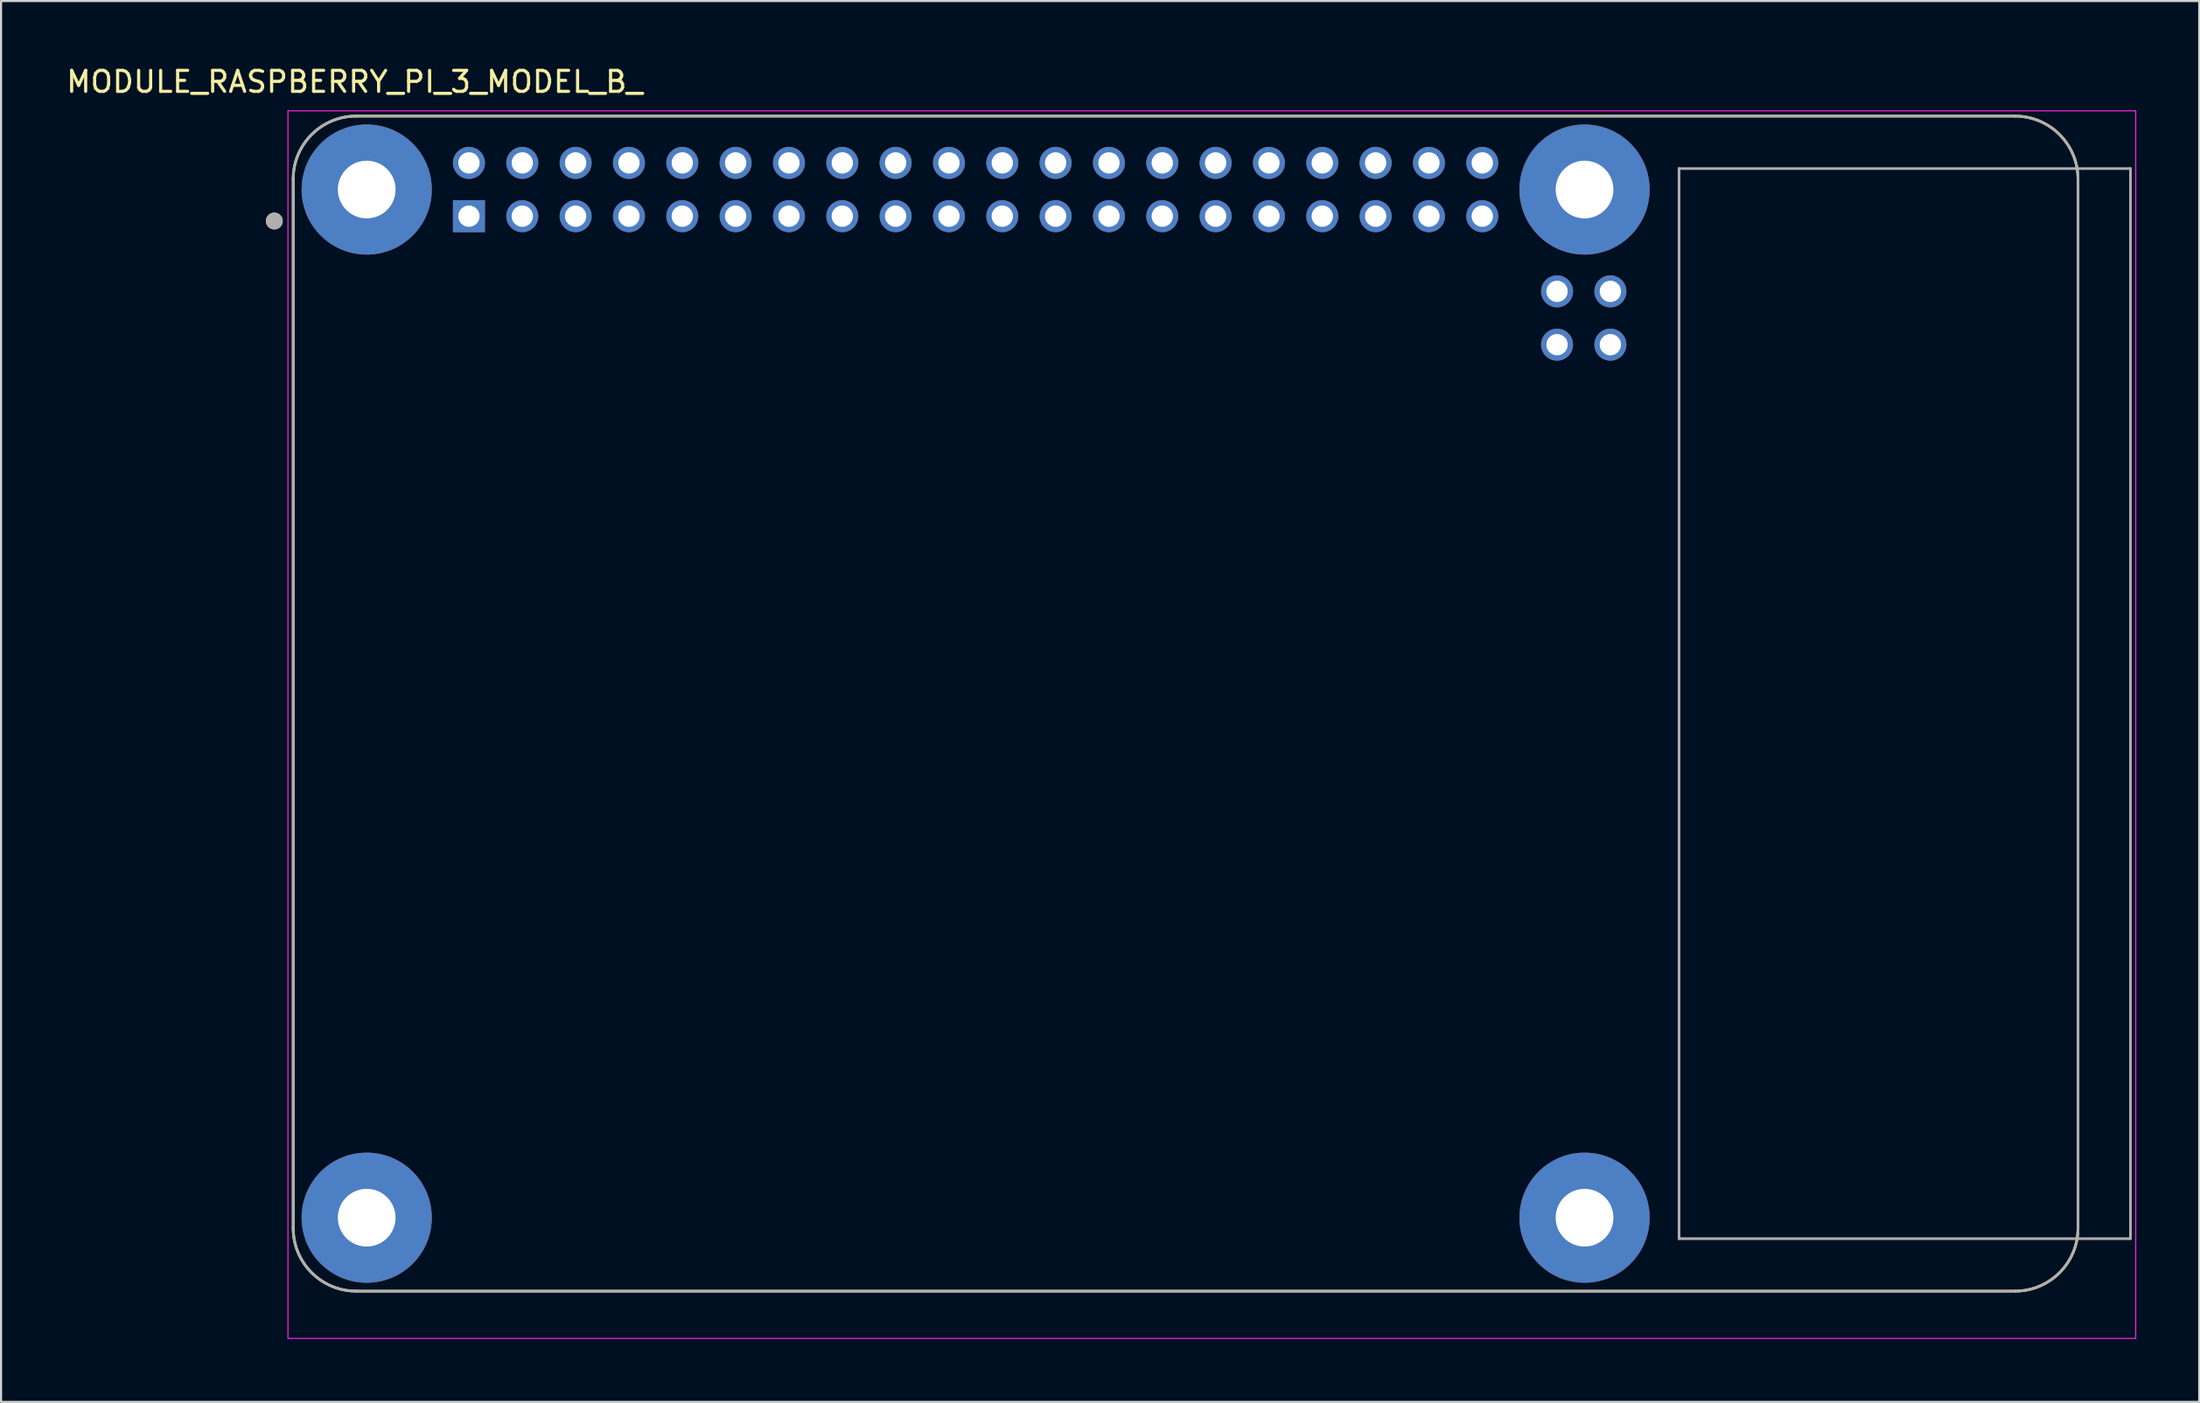
<source format=kicad_pcb>
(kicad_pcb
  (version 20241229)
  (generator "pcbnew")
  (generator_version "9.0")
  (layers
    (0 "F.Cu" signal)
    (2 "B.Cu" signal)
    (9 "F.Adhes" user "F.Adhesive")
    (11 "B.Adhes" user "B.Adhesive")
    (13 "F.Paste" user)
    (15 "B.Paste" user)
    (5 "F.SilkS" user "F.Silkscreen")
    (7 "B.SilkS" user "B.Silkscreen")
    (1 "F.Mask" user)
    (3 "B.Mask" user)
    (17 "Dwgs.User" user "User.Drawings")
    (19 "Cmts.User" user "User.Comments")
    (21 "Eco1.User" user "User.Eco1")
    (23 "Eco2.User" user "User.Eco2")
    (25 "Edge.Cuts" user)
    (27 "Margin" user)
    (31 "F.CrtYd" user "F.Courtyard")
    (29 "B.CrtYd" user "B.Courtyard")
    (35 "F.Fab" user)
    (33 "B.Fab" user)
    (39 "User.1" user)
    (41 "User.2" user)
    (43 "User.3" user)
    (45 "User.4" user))
  (footprint "MODULE_RASPBERRY_PI_3_MODEL_B_"
    (layer "F.Cu")
    (at 53.414 30.483)
    (property "Reference" "MODULE_RASPBERRY_PI_3_MODEL_B_" (at -39.575 -29.635 0) (layer "F.SilkS") (effects (font (size 1 1) (thickness 0.15))))
    (attr through_hole)
    (fp_line (start -42.5 -25) (end -42.5 25) (stroke (width 0.127) (type solid)) (layer "F.SilkS"))
    (fp_line (start -39.5 28) (end 39.5 28) (stroke (width 0.127) (type solid)) (layer "F.SilkS"))
    (fp_line (start 39.5 -28) (end -39.5 -28) (stroke (width 0.127) (type solid)) (layer "F.SilkS"))
    (fp_line (start 42.5 25) (end 42.5 -25) (stroke (width 0.127) (type solid)) (layer "F.SilkS"))
    (fp_arc (start -42.5 -25) (mid -41.62132 -27.12132) (end -39.5 -28) (stroke (width 0.127) (type solid)) (layer "F.SilkS"))
    (fp_arc (start -39.5 28) (mid -41.62132 27.12132) (end -42.5 25) (stroke (width 0.127) (type solid)) (layer "F.SilkS"))
    (fp_arc (start 39.5 -28) (mid 41.62132 -27.12132) (end 42.5 -25) (stroke (width 0.127) (type solid)) (layer "F.SilkS"))
    (fp_arc (start 42.5 25) (mid 41.62132 27.12132) (end 39.5 28) (stroke (width 0.127) (type solid)) (layer "F.SilkS"))
    (fp_circle (center -43.4 -23) (end -43.2 -23) (stroke (width 0.4) (type solid)) (fill no) (layer "F.SilkS"))
    (fp_line (start -42.75 -28.25) (end 45.25 -28.25) (stroke (width 0.05) (type solid)) (layer "F.CrtYd"))
    (fp_line (start -42.75 30.255) (end -42.75 -28.25) (stroke (width 0.05) (type solid)) (layer "F.CrtYd"))
    (fp_line (start 45.25 -28.25) (end 45.25 30.255) (stroke (width 0.05) (type solid)) (layer "F.CrtYd"))
    (fp_line (start 45.25 30.255) (end -42.75 30.255) (stroke (width 0.05) (type solid)) (layer "F.CrtYd"))
    (fp_line (start -42.5 -25) (end -42.5 25) (stroke (width 0.127) (type solid)) (layer "F.Fab"))
    (fp_line (start -39.5 28) (end 39.5 28) (stroke (width 0.127) (type solid)) (layer "F.Fab"))
    (fp_line (start 23.5 -25.5) (end 23.5 25.5) (stroke (width 0.127) (type solid)) (layer "F.Fab"))
    (fp_line (start 23.5 25.5) (end 45 25.5) (stroke (width 0.127) (type solid)) (layer "F.Fab"))
    (fp_line (start 39.5 -28) (end -39.5 -28) (stroke (width 0.127) (type solid)) (layer "F.Fab"))
    (fp_line (start 42.5 25) (end 42.5 -25) (stroke (width 0.127) (type solid)) (layer "F.Fab"))
    (fp_line (start 45 -25.5) (end 23.5 -25.5) (stroke (width 0.127) (type solid)) (layer "F.Fab"))
    (fp_line (start 45 25.5) (end 45 -25.5) (stroke (width 0.127) (type solid)) (layer "F.Fab"))
    (fp_arc (start -42.5 -25) (mid -41.62132 -27.12132) (end -39.5 -28) (stroke (width 0.127) (type solid)) (layer "F.Fab"))
    (fp_arc (start -39.5 28) (mid -41.62132 27.12132) (end -42.5 25) (stroke (width 0.127) (type solid)) (layer "F.Fab"))
    (fp_arc (start 39.5 -28) (mid 41.62132 -27.12132) (end 42.5 -25) (stroke (width 0.127) (type solid)) (layer "F.Fab"))
    (fp_arc (start 42.5 25) (mid 41.62132 27.12132) (end 39.5 28) (stroke (width 0.127) (type solid)) (layer "F.Fab"))
    (fp_circle (center -43.4 -23) (end -43.2 -23) (stroke (width 0.4) (type solid)) (fill no) (layer "F.Fab"))
    (pad "1" thru_hole rect (at -34.13 -23.23) (size 1.524 1.524) (drill 1.016) (layers "*.Cu" "*.Mask"))
    (pad "2" thru_hole circle (at -34.13 -25.77) (size 1.524 1.524) (drill 1.016) (layers "*.Cu" "*.Mask"))
    (pad "3" thru_hole circle (at -31.59 -23.23) (size 1.524 1.524) (drill 1.016) (layers "*.Cu" "*.Mask"))
    (pad "4" thru_hole circle (at -31.59 -25.77) (size 1.524 1.524) (drill 1.016) (layers "*.Cu" "*.Mask"))
    (pad "5" thru_hole circle (at -29.05 -23.23) (size 1.524 1.524) (drill 1.016) (layers "*.Cu" "*.Mask"))
    (pad "6" thru_hole circle (at -29.05 -25.77) (size 1.524 1.524) (drill 1.016) (layers "*.Cu" "*.Mask"))
    (pad "7" thru_hole circle (at -26.51 -23.23) (size 1.524 1.524) (drill 1.016) (layers "*.Cu" "*.Mask"))
    (pad "8" thru_hole circle (at -26.51 -25.77) (size 1.524 1.524) (drill 1.016) (layers "*.Cu" "*.Mask"))
    (pad "9" thru_hole circle (at -23.97 -23.23) (size 1.524 1.524) (drill 1.016) (layers "*.Cu" "*.Mask"))
    (pad "10" thru_hole circle (at -23.97 -25.77) (size 1.524 1.524) (drill 1.016) (layers "*.Cu" "*.Mask"))
    (pad "11" thru_hole circle (at -21.43 -23.23) (size 1.524 1.524) (drill 1.016) (layers "*.Cu" "*.Mask"))
    (pad "12" thru_hole circle (at -21.43 -25.77) (size 1.524 1.524) (drill 1.016) (layers "*.Cu" "*.Mask"))
    (pad "13" thru_hole circle (at -18.89 -23.23) (size 1.524 1.524) (drill 1.016) (layers "*.Cu" "*.Mask"))
    (pad "14" thru_hole circle (at -18.89 -25.77) (size 1.524 1.524) (drill 1.016) (layers "*.Cu" "*.Mask"))
    (pad "15" thru_hole circle (at -16.35 -23.23) (size 1.524 1.524) (drill 1.016) (layers "*.Cu" "*.Mask"))
    (pad "16" thru_hole circle (at -16.35 -25.77) (size 1.524 1.524) (drill 1.016) (layers "*.Cu" "*.Mask"))
    (pad "17" thru_hole circle (at -13.81 -23.23) (size 1.524 1.524) (drill 1.016) (layers "*.Cu" "*.Mask"))
    (pad "18" thru_hole circle (at -13.81 -25.77) (size 1.524 1.524) (drill 1.016) (layers "*.Cu" "*.Mask"))
    (pad "19" thru_hole circle (at -11.27 -23.23) (size 1.524 1.524) (drill 1.016) (layers "*.Cu" "*.Mask"))
    (pad "20" thru_hole circle (at -11.27 -25.77) (size 1.524 1.524) (drill 1.016) (layers "*.Cu" "*.Mask"))
    (pad "21" thru_hole circle (at -8.73 -23.23) (size 1.524 1.524) (drill 1.016) (layers "*.Cu" "*.Mask"))
    (pad "22" thru_hole circle (at -8.73 -25.77) (size 1.524 1.524) (drill 1.016) (layers "*.Cu" "*.Mask"))
    (pad "23" thru_hole circle (at -6.19 -23.23) (size 1.524 1.524) (drill 1.016) (layers "*.Cu" "*.Mask"))
    (pad "24" thru_hole circle (at -6.19 -25.77) (size 1.524 1.524) (drill 1.016) (layers "*.Cu" "*.Mask"))
    (pad "25" thru_hole circle (at -3.65 -23.23) (size 1.524 1.524) (drill 1.016) (layers "*.Cu" "*.Mask"))
    (pad "26" thru_hole circle (at -3.65 -25.77) (size 1.524 1.524) (drill 1.016) (layers "*.Cu" "*.Mask"))
    (pad "27" thru_hole circle (at -1.11 -23.23) (size 1.524 1.524) (drill 1.016) (layers "*.Cu" "*.Mask"))
    (pad "28" thru_hole circle (at -1.11 -25.77) (size 1.524 1.524) (drill 1.016) (layers "*.Cu" "*.Mask"))
    (pad "29" thru_hole circle (at 1.43 -23.23) (size 1.524 1.524) (drill 1.016) (layers "*.Cu" "*.Mask"))
    (pad "30" thru_hole circle (at 1.43 -25.77) (size 1.524 1.524) (drill 1.016) (layers "*.Cu" "*.Mask"))
    (pad "31" thru_hole circle (at 3.97 -23.23) (size 1.524 1.524) (drill 1.016) (layers "*.Cu" "*.Mask"))
    (pad "32" thru_hole circle (at 3.97 -25.77) (size 1.524 1.524) (drill 1.016) (layers "*.Cu" "*.Mask"))
    (pad "33" thru_hole circle (at 6.51 -23.23) (size 1.524 1.524) (drill 1.016) (layers "*.Cu" "*.Mask"))
    (pad "34" thru_hole circle (at 6.51 -25.77) (size 1.524 1.524) (drill 1.016) (layers "*.Cu" "*.Mask"))
    (pad "35" thru_hole circle (at 9.05 -23.23) (size 1.524 1.524) (drill 1.016) (layers "*.Cu" "*.Mask"))
    (pad "36" thru_hole circle (at 9.05 -25.77) (size 1.524 1.524) (drill 1.016) (layers "*.Cu" "*.Mask"))
    (pad "37" thru_hole circle (at 11.59 -23.23) (size 1.524 1.524) (drill 1.016) (layers "*.Cu" "*.Mask"))
    (pad "38" thru_hole circle (at 11.59 -25.77) (size 1.524 1.524) (drill 1.016) (layers "*.Cu" "*.Mask"))
    (pad "39" thru_hole circle (at 14.13 -23.23) (size 1.524 1.524) (drill 1.016) (layers "*.Cu" "*.Mask"))
    (pad "40" thru_hole circle (at 14.13 -25.77) (size 1.524 1.524) (drill 1.016) (layers "*.Cu" "*.Mask"))
    (pad "41" thru_hole circle (at 20.23 -17.107) (size 1.524 1.524) (drill 1.016) (layers "*.Cu" "*.Mask"))
    (pad "42" thru_hole circle (at 20.23 -19.647) (size 1.524 1.524) (drill 1.016) (layers "*.Cu" "*.Mask"))
    (pad "43" thru_hole circle (at 17.69 -17.107) (size 1.524 1.524) (drill 1.016) (layers "*.Cu" "*.Mask"))
    (pad "44" thru_hole circle (at 17.69 -19.647) (size 1.524 1.524) (drill 1.016) (layers "*.Cu" "*.Mask"))
    (pad "S1" thru_hole circle (at -39 -24.5) (size 6.2 6.2) (drill 2.75) (layers "*.Cu" "*.Mask"))
    (pad "S2" thru_hole circle (at 19 -24.5) (size 6.2 6.2) (drill 2.75) (layers "*.Cu" "*.Mask"))
    (pad "S3" thru_hole circle (at 19 24.5) (size 6.2 6.2) (drill 2.75) (layers "*.Cu" "*.Mask"))
    (pad "S4" thru_hole circle (at -39 24.5) (size 6.2 6.2) (drill 2.75) (layers "*.Cu" "*.Mask")))
  (gr_rect
    (start -3 -3)
    (end 101.689 63.763)
    (stroke (width 0.1) (type default))
    (fill no)
    (layer "Edge.Cuts")))
</source>
